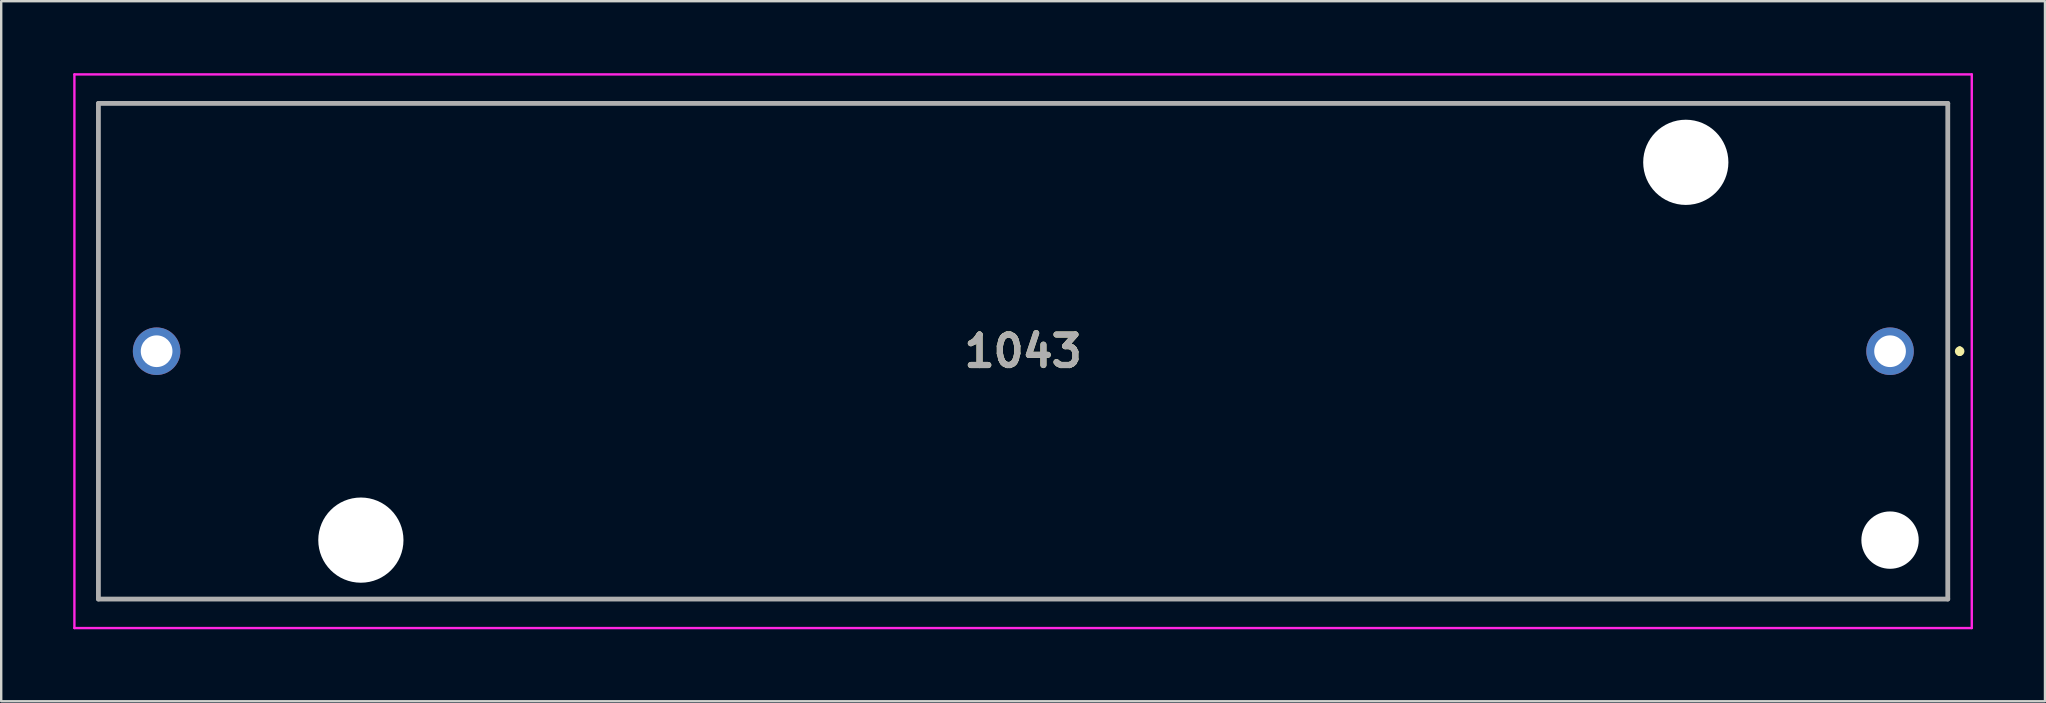
<source format=kicad_pcb>
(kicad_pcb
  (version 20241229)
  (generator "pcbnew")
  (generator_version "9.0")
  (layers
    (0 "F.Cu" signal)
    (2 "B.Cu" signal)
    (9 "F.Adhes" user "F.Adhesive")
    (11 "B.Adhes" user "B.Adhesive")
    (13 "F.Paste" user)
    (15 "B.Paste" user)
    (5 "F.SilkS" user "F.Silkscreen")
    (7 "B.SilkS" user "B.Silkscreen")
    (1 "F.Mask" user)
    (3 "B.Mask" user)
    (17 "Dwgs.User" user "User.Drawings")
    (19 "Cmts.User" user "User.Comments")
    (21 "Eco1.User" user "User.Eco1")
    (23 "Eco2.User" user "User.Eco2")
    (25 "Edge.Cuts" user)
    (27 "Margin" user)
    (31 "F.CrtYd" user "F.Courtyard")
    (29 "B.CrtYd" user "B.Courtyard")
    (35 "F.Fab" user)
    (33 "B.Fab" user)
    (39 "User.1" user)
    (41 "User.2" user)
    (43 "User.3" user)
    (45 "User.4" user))
  (footprint "1043"
    (layer "F.Cu")
    (at 75.695 11.583)
    (property "Reference" "1043" (at -36.12 0 0) (layer "F.SilkS") (effects (font (size 1.27 1.27) (thickness 0.254))))
    (attr through_hole)
    (fp_line (start -74.645 -10.325) (end -74.645 -10.325) (stroke (width 0.1) (type solid)) (layer "F.SilkS"))
    (fp_line (start -74.645 -10.325) (end -74.645 10.325) (stroke (width 0.1) (type solid)) (layer "F.SilkS"))
    (fp_line (start -74.645 10.325) (end -74.645 -10.325) (stroke (width 0.1) (type solid)) (layer "F.SilkS"))
    (fp_line (start -74.645 10.325) (end -74.645 10.325) (stroke (width 0.1) (type solid)) (layer "F.SilkS"))
    (fp_line (start 2.405 -10.325) (end 2.405 -10.325) (stroke (width 0.1) (type solid)) (layer "F.SilkS"))
    (fp_line (start 2.405 -10.325) (end 2.405 10.325) (stroke (width 0.1) (type solid)) (layer "F.SilkS"))
    (fp_line (start 2.405 10.325) (end 2.405 -10.325) (stroke (width 0.1) (type solid)) (layer "F.SilkS"))
    (fp_line (start 2.405 10.325) (end 2.405 10.325) (stroke (width 0.1) (type solid)) (layer "F.SilkS"))
    (fp_line (start 2.9 -0.1) (end 2.9 -0.1) (stroke (width 0.2) (type solid)) (layer "F.SilkS"))
    (fp_line (start 2.9 0.1) (end 2.9 0.1) (stroke (width 0.2) (type solid)) (layer "F.SilkS"))
    (fp_arc (start 2.9 -0.1) (mid 3 0) (end 2.9 0.1) (stroke (width 0.2) (type solid)) (layer "F.SilkS"))
    (fp_arc (start 2.9 0.1) (mid 2.8 0) (end 2.9 -0.1) (stroke (width 0.2) (type solid)) (layer "F.SilkS"))
    (fp_line (start -75.645 -11.533) (end 3.405 -11.533) (stroke (width 0.1) (type solid)) (layer "F.CrtYd"))
    (fp_line (start -75.645 11.533) (end -75.645 -11.533) (stroke (width 0.1) (type solid)) (layer "F.CrtYd"))
    (fp_line (start 3.405 -11.533) (end 3.405 11.533) (stroke (width 0.1) (type solid)) (layer "F.CrtYd"))
    (fp_line (start 3.405 11.533) (end -75.645 11.533) (stroke (width 0.1) (type solid)) (layer "F.CrtYd"))
    (fp_line (start -74.645 -10.325) (end -74.645 10.325) (stroke (width 0.2) (type solid)) (layer "F.Fab"))
    (fp_line (start -74.645 10.325) (end 2.405 10.325) (stroke (width 0.2) (type solid)) (layer "F.Fab"))
    (fp_line (start 2.405 -10.325) (end -74.645 -10.325) (stroke (width 0.2) (type solid)) (layer "F.Fab"))
    (fp_line (start 2.405 10.325) (end 2.405 -10.325) (stroke (width 0.2) (type solid)) (layer "F.Fab"))
    (fp_text user "${REFERENCE}" (at -36.12 0 0) (layer "F.Fab") (effects (font (size 1.27 1.27) (thickness 0.254))))
    (pad "" np_thru_hole circle (at -63.71 7.87) (size 3.55 3.55) (drill 3.55) (layers "*.Cu" "*.Mask"))
    (pad "" np_thru_hole circle (at -8.51 -7.87) (size 3.55 3.55) (drill 3.55) (layers "*.Cu" "*.Mask"))
    (pad "" np_thru_hole circle (at 0 7.87) (size 2.39 2.39) (drill 2.39) (layers "*.Cu" "*.Mask"))
    (pad "1" thru_hole circle (at 0 0) (size 1.98 1.98) (drill 1.32) (layers "*.Cu" "*.Mask"))
    (pad "2" thru_hole circle (at -72.22 0) (size 1.98 1.98) (drill 1.32) (layers "*.Cu" "*.Mask")))
  (gr_rect
    (start -3 -3)
    (end 82.15 26.166)
    (stroke (width 0.1) (type default))
    (fill no)
    (layer "Edge.Cuts")))
</source>
